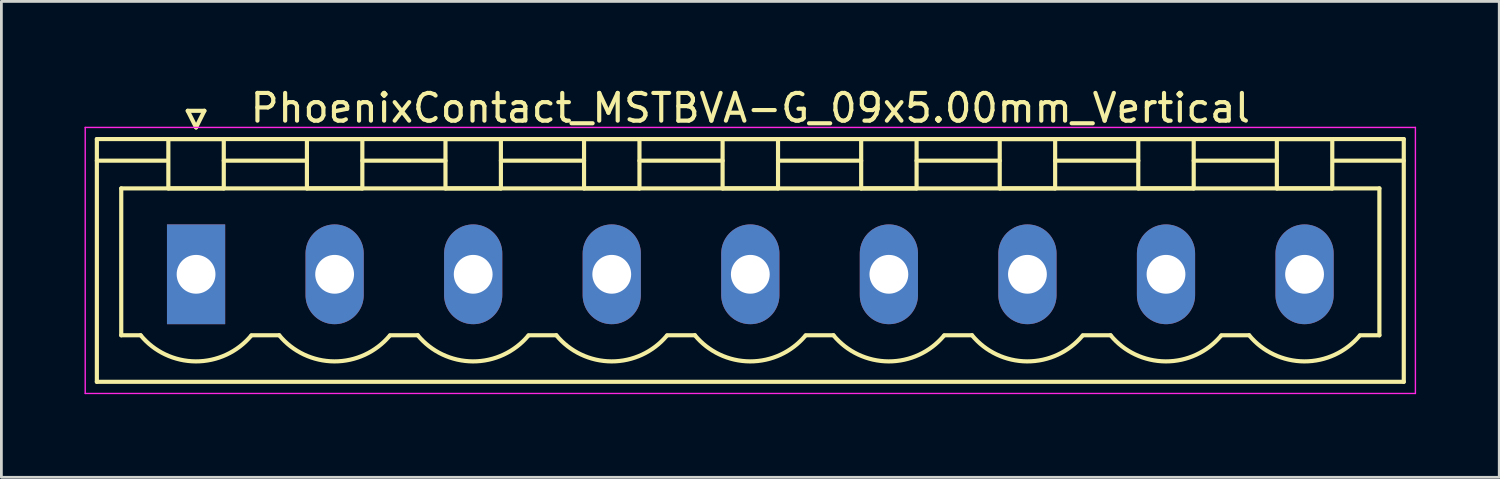
<source format=kicad_pcb>
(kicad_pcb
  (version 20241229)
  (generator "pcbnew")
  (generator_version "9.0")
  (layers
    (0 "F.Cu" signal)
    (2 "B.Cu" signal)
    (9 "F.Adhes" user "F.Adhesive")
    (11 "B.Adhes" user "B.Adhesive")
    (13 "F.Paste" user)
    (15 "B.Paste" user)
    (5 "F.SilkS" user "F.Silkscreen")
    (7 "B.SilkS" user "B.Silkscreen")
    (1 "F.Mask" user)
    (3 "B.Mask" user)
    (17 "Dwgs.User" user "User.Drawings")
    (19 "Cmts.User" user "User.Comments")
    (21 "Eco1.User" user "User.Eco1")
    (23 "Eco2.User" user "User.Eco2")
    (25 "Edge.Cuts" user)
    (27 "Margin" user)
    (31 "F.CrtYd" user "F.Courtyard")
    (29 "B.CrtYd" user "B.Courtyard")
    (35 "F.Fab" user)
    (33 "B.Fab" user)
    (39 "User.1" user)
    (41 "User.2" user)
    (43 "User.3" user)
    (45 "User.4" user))
  (footprint "PhoenixContact_MSTBVA-G_09x5.00mm_Vertical"
    (layer "F.Cu")
    (at 4.025 6.848)
    (property "Reference" "PhoenixContact_MSTBVA-G_09x5.00mm_Vertical" (at 20 -6 0) (layer "F.SilkS") (effects (font (size 1 1) (thickness 0.15))))
    (attr through_hole)
    (fp_line (start -3.58 -4.88) (end -3.58 3.88) (stroke (width 0.15) (type solid)) (layer "F.SilkS"))
    (fp_line (start -3.58 -4.1) (end -1.08 -4.1) (stroke (width 0.15) (type solid)) (layer "F.SilkS"))
    (fp_line (start -3.58 3.88) (end 43.58 3.88) (stroke (width 0.15) (type solid)) (layer "F.SilkS"))
    (fp_line (start -2.7 -3.1) (end 42.7 -3.1) (stroke (width 0.15) (type solid)) (layer "F.SilkS"))
    (fp_line (start -2.7 2.2) (end -2.7 -3.1) (stroke (width 0.15) (type solid)) (layer "F.SilkS"))
    (fp_line (start -2 2.2) (end -2.7 2.2) (stroke (width 0.15) (type solid)) (layer "F.SilkS"))
    (fp_line (start -1 -4.88) (end 1 -4.88) (stroke (width 0.15) (type solid)) (layer "F.SilkS"))
    (fp_line (start -1 -3.1) (end -1 -4.88) (stroke (width 0.15) (type solid)) (layer "F.SilkS"))
    (fp_line (start -0.3 -5.9) (end 0 -5.3) (stroke (width 0.15) (type solid)) (layer "F.SilkS"))
    (fp_line (start 0 -5.3) (end 0.3 -5.9) (stroke (width 0.15) (type solid)) (layer "F.SilkS"))
    (fp_line (start 0.3 -5.9) (end -0.3 -5.9) (stroke (width 0.15) (type solid)) (layer "F.SilkS"))
    (fp_line (start 1 -4.88) (end 1 -3.1) (stroke (width 0.15) (type solid)) (layer "F.SilkS"))
    (fp_line (start 1 -4.1) (end 4 -4.1) (stroke (width 0.15) (type solid)) (layer "F.SilkS"))
    (fp_line (start 1 -3.1) (end -1 -3.1) (stroke (width 0.15) (type solid)) (layer "F.SilkS"))
    (fp_line (start 2 2.2) (end 3 2.2) (stroke (width 0.15) (type solid)) (layer "F.SilkS"))
    (fp_line (start 4 -4.88) (end 6 -4.88) (stroke (width 0.15) (type solid)) (layer "F.SilkS"))
    (fp_line (start 4 -3.1) (end 4 -4.88) (stroke (width 0.15) (type solid)) (layer "F.SilkS"))
    (fp_line (start 6 -4.88) (end 6 -3.1) (stroke (width 0.15) (type solid)) (layer "F.SilkS"))
    (fp_line (start 6 -4.1) (end 9 -4.1) (stroke (width 0.15) (type solid)) (layer "F.SilkS"))
    (fp_line (start 6 -3.1) (end 4 -3.1) (stroke (width 0.15) (type solid)) (layer "F.SilkS"))
    (fp_line (start 7 2.2) (end 8 2.2) (stroke (width 0.15) (type solid)) (layer "F.SilkS"))
    (fp_line (start 9 -4.88) (end 11 -4.88) (stroke (width 0.15) (type solid)) (layer "F.SilkS"))
    (fp_line (start 9 -3.1) (end 9 -4.88) (stroke (width 0.15) (type solid)) (layer "F.SilkS"))
    (fp_line (start 11 -4.88) (end 11 -3.1) (stroke (width 0.15) (type solid)) (layer "F.SilkS"))
    (fp_line (start 11 -4.1) (end 14 -4.1) (stroke (width 0.15) (type solid)) (layer "F.SilkS"))
    (fp_line (start 11 -3.1) (end 9 -3.1) (stroke (width 0.15) (type solid)) (layer "F.SilkS"))
    (fp_line (start 12 2.2) (end 13 2.2) (stroke (width 0.15) (type solid)) (layer "F.SilkS"))
    (fp_line (start 14 -4.88) (end 16 -4.88) (stroke (width 0.15) (type solid)) (layer "F.SilkS"))
    (fp_line (start 14 -3.1) (end 14 -4.88) (stroke (width 0.15) (type solid)) (layer "F.SilkS"))
    (fp_line (start 16 -4.88) (end 16 -3.1) (stroke (width 0.15) (type solid)) (layer "F.SilkS"))
    (fp_line (start 16 -4.1) (end 19 -4.1) (stroke (width 0.15) (type solid)) (layer "F.SilkS"))
    (fp_line (start 16 -3.1) (end 14 -3.1) (stroke (width 0.15) (type solid)) (layer "F.SilkS"))
    (fp_line (start 17 2.2) (end 18 2.2) (stroke (width 0.15) (type solid)) (layer "F.SilkS"))
    (fp_line (start 19 -4.88) (end 21 -4.88) (stroke (width 0.15) (type solid)) (layer "F.SilkS"))
    (fp_line (start 19 -3.1) (end 19 -4.88) (stroke (width 0.15) (type solid)) (layer "F.SilkS"))
    (fp_line (start 21 -4.88) (end 21 -3.1) (stroke (width 0.15) (type solid)) (layer "F.SilkS"))
    (fp_line (start 21 -4.1) (end 24 -4.1) (stroke (width 0.15) (type solid)) (layer "F.SilkS"))
    (fp_line (start 21 -3.1) (end 19 -3.1) (stroke (width 0.15) (type solid)) (layer "F.SilkS"))
    (fp_line (start 22 2.2) (end 23 2.2) (stroke (width 0.15) (type solid)) (layer "F.SilkS"))
    (fp_line (start 24 -4.88) (end 26 -4.88) (stroke (width 0.15) (type solid)) (layer "F.SilkS"))
    (fp_line (start 24 -3.1) (end 24 -4.88) (stroke (width 0.15) (type solid)) (layer "F.SilkS"))
    (fp_line (start 26 -4.88) (end 26 -3.1) (stroke (width 0.15) (type solid)) (layer "F.SilkS"))
    (fp_line (start 26 -4.1) (end 29 -4.1) (stroke (width 0.15) (type solid)) (layer "F.SilkS"))
    (fp_line (start 26 -3.1) (end 24 -3.1) (stroke (width 0.15) (type solid)) (layer "F.SilkS"))
    (fp_line (start 27 2.2) (end 28 2.2) (stroke (width 0.15) (type solid)) (layer "F.SilkS"))
    (fp_line (start 29 -4.88) (end 31 -4.88) (stroke (width 0.15) (type solid)) (layer "F.SilkS"))
    (fp_line (start 29 -3.1) (end 29 -4.88) (stroke (width 0.15) (type solid)) (layer "F.SilkS"))
    (fp_line (start 31 -4.88) (end 31 -3.1) (stroke (width 0.15) (type solid)) (layer "F.SilkS"))
    (fp_line (start 31 -4.1) (end 34 -4.1) (stroke (width 0.15) (type solid)) (layer "F.SilkS"))
    (fp_line (start 31 -3.1) (end 29 -3.1) (stroke (width 0.15) (type solid)) (layer "F.SilkS"))
    (fp_line (start 32 2.2) (end 33 2.2) (stroke (width 0.15) (type solid)) (layer "F.SilkS"))
    (fp_line (start 34 -4.88) (end 36 -4.88) (stroke (width 0.15) (type solid)) (layer "F.SilkS"))
    (fp_line (start 34 -3.1) (end 34 -4.88) (stroke (width 0.15) (type solid)) (layer "F.SilkS"))
    (fp_line (start 36 -4.88) (end 36 -3.1) (stroke (width 0.15) (type solid)) (layer "F.SilkS"))
    (fp_line (start 36 -4.1) (end 39 -4.1) (stroke (width 0.15) (type solid)) (layer "F.SilkS"))
    (fp_line (start 36 -3.1) (end 34 -3.1) (stroke (width 0.15) (type solid)) (layer "F.SilkS"))
    (fp_line (start 37 2.2) (end 38 2.2) (stroke (width 0.15) (type solid)) (layer "F.SilkS"))
    (fp_line (start 39 -4.88) (end 41 -4.88) (stroke (width 0.15) (type solid)) (layer "F.SilkS"))
    (fp_line (start 39 -3.1) (end 39 -4.88) (stroke (width 0.15) (type solid)) (layer "F.SilkS"))
    (fp_line (start 41 -4.88) (end 41 -3.1) (stroke (width 0.15) (type solid)) (layer "F.SilkS"))
    (fp_line (start 41 -3.1) (end 39 -3.1) (stroke (width 0.15) (type solid)) (layer "F.SilkS"))
    (fp_line (start 42.7 -3.1) (end 42.7 2.2) (stroke (width 0.15) (type solid)) (layer "F.SilkS"))
    (fp_line (start 42.7 2.2) (end 42 2.2) (stroke (width 0.15) (type solid)) (layer "F.SilkS"))
    (fp_line (start 43.58 -4.88) (end -3.58 -4.88) (stroke (width 0.15) (type solid)) (layer "F.SilkS"))
    (fp_line (start 43.58 -4.1) (end 41.08 -4.1) (stroke (width 0.15) (type solid)) (layer "F.SilkS"))
    (fp_line (start 43.58 3.88) (end 43.58 -4.88) (stroke (width 0.15) (type solid)) (layer "F.SilkS"))
    (fp_arc (start 1.986842 2.215821) (mid -0.010289 3.142758) (end -2 2.2) (stroke (width 0.15) (type solid)) (layer "F.SilkS"))
    (fp_arc (start 6.986842 2.215821) (mid 4.989711 3.142758) (end 3 2.2) (stroke (width 0.15) (type solid)) (layer "F.SilkS"))
    (fp_arc (start 11.986842 2.215821) (mid 9.989711 3.142758) (end 8 2.2) (stroke (width 0.15) (type solid)) (layer "F.SilkS"))
    (fp_arc (start 16.986842 2.215821) (mid 14.989711 3.142758) (end 13 2.2) (stroke (width 0.15) (type solid)) (layer "F.SilkS"))
    (fp_arc (start 21.986842 2.215821) (mid 19.989711 3.142758) (end 18 2.2) (stroke (width 0.15) (type solid)) (layer "F.SilkS"))
    (fp_arc (start 26.986842 2.215821) (mid 24.989711 3.142758) (end 23 2.2) (stroke (width 0.15) (type solid)) (layer "F.SilkS"))
    (fp_arc (start 31.986842 2.215821) (mid 29.989711 3.142758) (end 28 2.2) (stroke (width 0.15) (type solid)) (layer "F.SilkS"))
    (fp_arc (start 36.986842 2.215821) (mid 34.989711 3.142758) (end 33 2.2) (stroke (width 0.15) (type solid)) (layer "F.SilkS"))
    (fp_arc (start 41.986842 2.215821) (mid 39.989711 3.142758) (end 38 2.2) (stroke (width 0.15) (type solid)) (layer "F.SilkS"))
    (fp_line (start -4 -5.3) (end -4 4.3) (stroke (width 0.05) (type solid)) (layer "F.CrtYd"))
    (fp_line (start -4 4.3) (end 44 4.3) (stroke (width 0.05) (type solid)) (layer "F.CrtYd"))
    (fp_line (start 44 -5.3) (end -4 -5.3) (stroke (width 0.05) (type solid)) (layer "F.CrtYd"))
    (fp_line (start 44 4.3) (end 44 -5.3) (stroke (width 0.05) (type solid)) (layer "F.CrtYd"))
    (pad "1" thru_hole rect (at 0 0) (size 2.1 3.6) (drill 1.4) (layers "*.Cu" "*.Mask"))
    (pad "2" thru_hole oval (at 5 0) (size 2.1 3.6) (drill 1.4) (layers "*.Cu" "*.Mask"))
    (pad "3" thru_hole oval (at 10 0) (size 2.1 3.6) (drill 1.4) (layers "*.Cu" "*.Mask"))
    (pad "4" thru_hole oval (at 15 0) (size 2.1 3.6) (drill 1.4) (layers "*.Cu" "*.Mask"))
    (pad "5" thru_hole oval (at 20 0) (size 2.1 3.6) (drill 1.4) (layers "*.Cu" "*.Mask"))
    (pad "6" thru_hole oval (at 25 0) (size 2.1 3.6) (drill 1.4) (layers "*.Cu" "*.Mask"))
    (pad "7" thru_hole oval (at 30 0) (size 2.1 3.6) (drill 1.4) (layers "*.Cu" "*.Mask"))
    (pad "8" thru_hole oval (at 35 0) (size 2.1 3.6) (drill 1.4) (layers "*.Cu" "*.Mask"))
    (pad "9" thru_hole oval (at 40 0) (size 2.1 3.6) (drill 1.4) (layers "*.Cu" "*.Mask")))
  (gr_rect
    (start -3 -3)
    (end 51.05 14.173)
    (stroke (width 0.1) (type default))
    (fill no)
    (layer "Edge.Cuts")))
</source>
